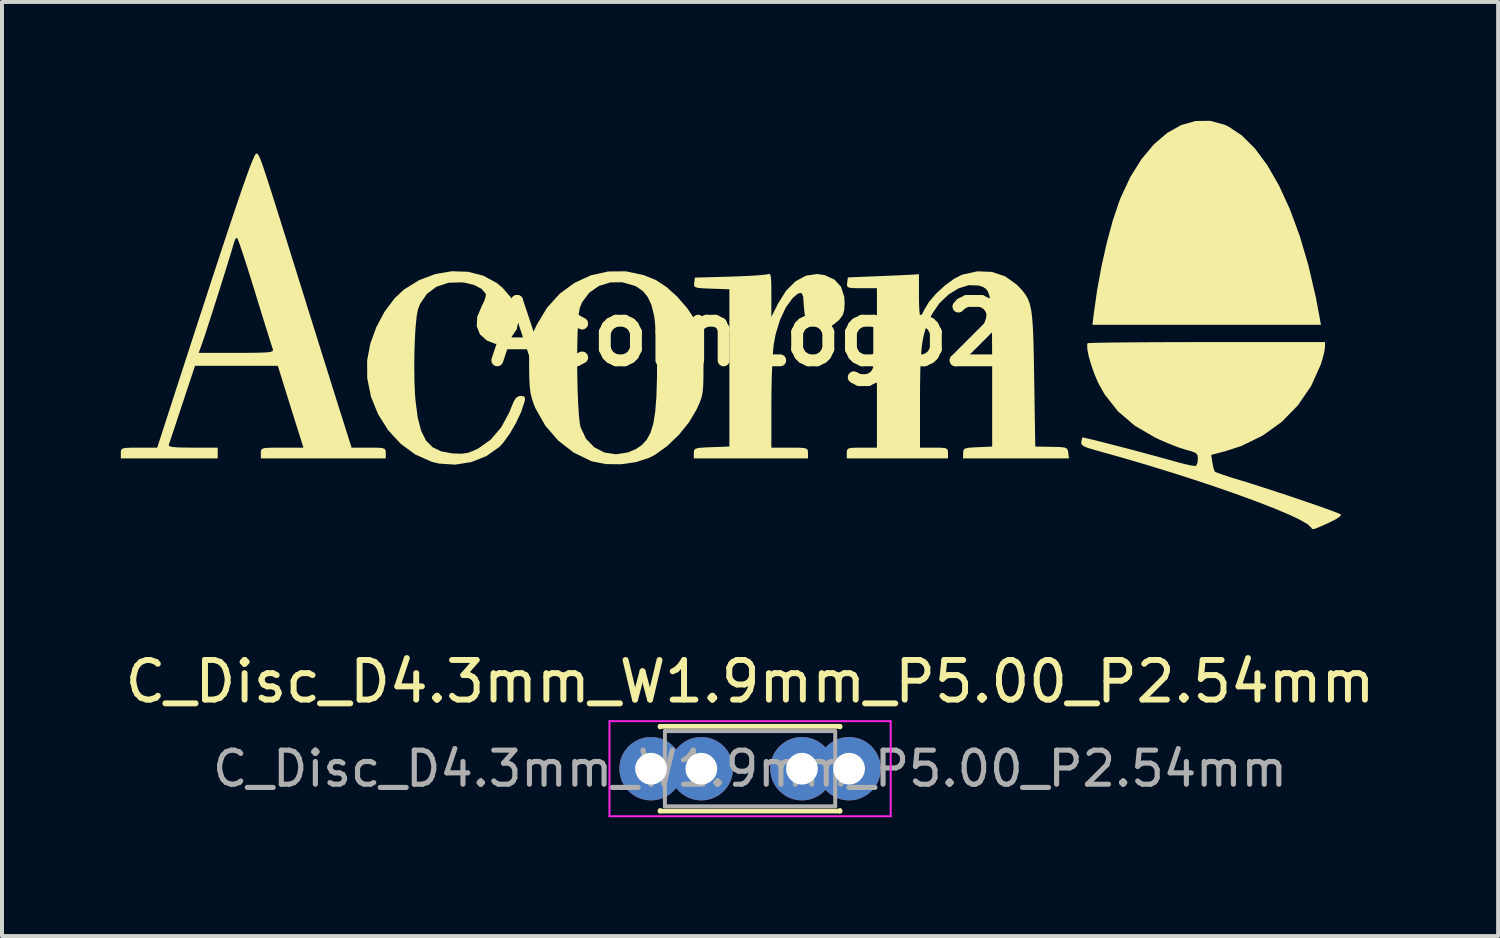
<source format=kicad_pcb>
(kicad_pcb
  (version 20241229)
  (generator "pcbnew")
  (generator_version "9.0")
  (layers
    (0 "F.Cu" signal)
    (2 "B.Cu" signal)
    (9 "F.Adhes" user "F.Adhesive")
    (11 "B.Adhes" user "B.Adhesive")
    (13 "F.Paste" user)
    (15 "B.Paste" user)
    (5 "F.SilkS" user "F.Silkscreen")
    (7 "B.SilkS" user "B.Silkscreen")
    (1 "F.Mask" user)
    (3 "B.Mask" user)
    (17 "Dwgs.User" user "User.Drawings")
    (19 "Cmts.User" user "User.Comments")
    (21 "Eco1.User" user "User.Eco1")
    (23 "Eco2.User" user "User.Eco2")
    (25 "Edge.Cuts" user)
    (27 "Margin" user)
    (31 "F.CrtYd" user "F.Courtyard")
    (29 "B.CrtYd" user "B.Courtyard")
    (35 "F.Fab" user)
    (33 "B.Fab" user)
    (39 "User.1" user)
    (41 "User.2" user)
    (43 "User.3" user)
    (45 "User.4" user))
  (footprint "AcornLogo2"
    (layer "F.Cu")
    (at 15.827 5.369)
    (property "Reference" "AcornLogo2" (at 0 0 0) (layer "F.SilkS") (effects (font (size 1.5 1.5) (thickness 0.3))))
    (attr board_only exclude_from_pos_files exclude_from_bom)
    (fp_poly (pts (xy 12.038 -5.271) (xy 12.132 -5.228) (xy 12.477 -4.999) (xy 12.808 -4.669) (xy 13.123 -4.243) (xy 13.419 -3.728) (xy 13.692 -3.131) (xy 13.94 -2.457) (xy 14.159 -1.713) (xy 14.346 -0.906) (xy 14.437 -0.422) (xy 14.473 -0.218) (xy 11.589 -0.218) (xy 8.704 -0.218) (xy 8.735 -0.476) (xy 8.822 -1.089) (xy 8.935 -1.706) (xy 9.069 -2.301) (xy 9.217 -2.846) (xy 9.374 -3.316) (xy 9.413 -3.417) (xy 9.66 -3.948) (xy 9.943 -4.402) (xy 10.256 -4.775) (xy 10.592 -5.063) (xy 10.944 -5.261) (xy 11.307 -5.364) (xy 11.674 -5.369)) (stroke (width 0) (type solid)) (fill yes) (layer "F.SilkS"))
    (fp_poly (pts (xy 0.574 -1.477) (xy 0.589 -1.394) (xy 0.597 -1.24) (xy 0.598 -0.996) (xy 0.598 -0.976) (xy 0.598 -0.418) (xy 0.764 -0.749) (xy 0.97 -1.08) (xy 1.209 -1.318) (xy 1.474 -1.46) (xy 1.757 -1.501) (xy 1.943 -1.473) (xy 2.191 -1.36) (xy 2.356 -1.179) (xy 2.438 -0.928) (xy 2.448 -0.78) (xy 2.439 -0.592) (xy 2.402 -0.466) (xy 2.322 -0.357) (xy 2.289 -0.322) (xy 2.154 -0.214) (xy 2.008 -0.169) (xy 1.885 -0.163) (xy 1.666 -0.197) (xy 1.519 -0.305) (xy 1.437 -0.493) (xy 1.414 -0.742) (xy 1.401 -0.934) (xy 1.358 -1.023) (xy 1.277 -1.013) (xy 1.152 -0.908) (xy 1.128 -0.884) (xy 0.96 -0.65) (xy 0.815 -0.338) (xy 0.705 0.024) (xy 0.656 0.289) (xy 0.638 0.481) (xy 0.622 0.756) (xy 0.609 1.087) (xy 0.601 1.448) (xy 0.598 1.799) (xy 0.598 2.883) (xy 1.061 2.883) (xy 1.284 2.884) (xy 1.421 2.892) (xy 1.492 2.913) (xy 1.519 2.953) (xy 1.523 3.019) (xy 1.523 3.155) (xy 0.082 3.155) (xy -1.36 3.155) (xy -1.36 3.021) (xy -1.354 2.955) (xy -1.324 2.914) (xy -1.247 2.891) (xy -1.101 2.879) (xy -0.911 2.871) (xy -0.462 2.855) (xy -0.462 0.87) (xy -0.462 -1.115) (xy -0.914 -1.131) (xy -1.135 -1.14) (xy -1.268 -1.153) (xy -1.334 -1.177) (xy -1.354 -1.219) (xy -1.35 -1.279) (xy -1.333 -1.41) (xy -0.462 -1.434) (xy -0.159 -1.445) (xy 0.11 -1.458) (xy 0.325 -1.473) (xy 0.465 -1.488) (xy 0.503 -1.496) (xy 0.546 -1.505)) (stroke (width 0) (type solid)) (fill yes) (layer "F.SilkS"))
    (fp_poly (pts (xy -7.059 -1.557) (xy -6.676 -1.459) (xy -6.335 -1.275) (xy -6.197 -1.161) (xy -5.966 -0.895) (xy -5.826 -0.622) (xy -5.78 -0.355) (xy -5.831 -0.105) (xy -5.98 0.114) (xy -5.983 0.117) (xy -6.169 0.244) (xy -6.371 0.263) (xy -6.582 0.181) (xy -6.759 0.023) (xy -6.841 -0.182) (xy -6.828 -0.422) (xy -6.717 -0.685) (xy -6.644 -0.836) (xy -6.61 -0.959) (xy -6.613 -0.999) (xy -6.715 -1.124) (xy -6.902 -1.222) (xy -7.154 -1.283) (xy -7.211 -1.29) (xy -7.555 -1.28) (xy -7.856 -1.18) (xy -8.099 -0.999) (xy -8.272 -0.745) (xy -8.324 -0.61) (xy -8.356 -0.441) (xy -8.383 -0.186) (xy -8.402 0.13) (xy -8.414 0.484) (xy -8.418 0.852) (xy -8.413 1.211) (xy -8.399 1.538) (xy -8.386 1.703) (xy -8.329 2.13) (xy -8.243 2.46) (xy -8.121 2.704) (xy -7.955 2.873) (xy -7.739 2.977) (xy -7.464 3.027) (xy -7.444 3.029) (xy -7.231 3.037) (xy -7.069 3.015) (xy -6.904 2.953) (xy -6.799 2.901) (xy -6.489 2.682) (xy -6.225 2.374) (xy -6.016 1.987) (xy -5.979 1.892) (xy -5.905 1.714) (xy -5.842 1.618) (xy -5.772 1.581) (xy -5.73 1.577) (xy -5.64 1.591) (xy -5.621 1.655) (xy -5.635 1.727) (xy -5.717 1.976) (xy -5.848 2.257) (xy -6.007 2.531) (xy -6.173 2.761) (xy -6.271 2.866) (xy -6.598 3.097) (xy -6.978 3.248) (xy -7.386 3.312) (xy -7.796 3.285) (xy -7.98 3.239) (xy -8.394 3.055) (xy -8.764 2.783) (xy -9.08 2.439) (xy -9.332 2.038) (xy -9.511 1.598) (xy -9.605 1.132) (xy -9.608 0.68) (xy -9.529 0.262) (xy -9.377 -0.158) (xy -9.167 -0.551) (xy -8.914 -0.888) (xy -8.678 -1.109) (xy -8.294 -1.347) (xy -7.885 -1.501) (xy -7.467 -1.571)) (stroke (width 0) (type solid)) (fill yes) (layer "F.SilkS"))
    (fp_poly (pts (xy -2.623 -1.473) (xy -2.314 -1.346) (xy -2.053 -1.175) (xy -1.783 -0.933) (xy -1.535 -0.65) (xy -1.336 -0.356) (xy -1.299 -0.287) (xy -1.225 -0.138) (xy -1.174 -0.016) (xy -1.142 0.104) (xy -1.125 0.248) (xy -1.117 0.442) (xy -1.115 0.712) (xy -1.115 0.813) (xy -1.117 1.113) (xy -1.123 1.33) (xy -1.138 1.49) (xy -1.166 1.621) (xy -1.212 1.747) (xy -1.279 1.896) (xy -1.29 1.92) (xy -1.482 2.245) (xy -1.74 2.563) (xy -2.036 2.846) (xy -2.343 3.065) (xy -2.476 3.135) (xy -2.817 3.248) (xy -3.2 3.303) (xy -3.582 3.298) (xy -3.923 3.231) (xy -3.957 3.219) (xy -4.394 3.007) (xy -4.783 2.705) (xy -5.108 2.33) (xy -5.355 1.896) (xy -5.392 1.808) (xy -5.448 1.649) (xy -5.485 1.49) (xy -5.506 1.302) (xy -5.516 1.054) (xy -5.518 0.843) (xy -5.518 0.729) (xy -4.305 0.729) (xy -4.301 1.107) (xy -4.292 1.472) (xy -4.278 1.804) (xy -4.259 2.082) (xy -4.236 2.287) (xy -4.218 2.368) (xy -4.082 2.657) (xy -3.877 2.871) (xy -3.62 3.005) (xy -3.329 3.051) (xy -3.022 3.003) (xy -2.827 2.921) (xy -2.673 2.819) (xy -2.549 2.684) (xy -2.453 2.506) (xy -2.382 2.273) (xy -2.334 1.973) (xy -2.304 1.594) (xy -2.29 1.125) (xy -2.288 0.843) (xy -2.295 0.32) (xy -2.319 -0.107) (xy -2.362 -0.447) (xy -2.428 -0.714) (xy -2.521 -0.916) (xy -2.642 -1.066) (xy -2.795 -1.174) (xy -2.85 -1.202) (xy -3.162 -1.292) (xy -3.469 -1.289) (xy -3.754 -1.2) (xy -3.995 -1.033) (xy -4.175 -0.797) (xy -4.238 -0.646) (xy -4.263 -0.507) (xy -4.282 -0.28) (xy -4.295 0.015) (xy -4.303 0.359) (xy -4.305 0.729) (xy -5.518 0.729) (xy -5.518 0.564) (xy -5.511 0.363) (xy -5.492 0.211) (xy -5.456 0.078) (xy -5.396 -0.067) (xy -5.325 -0.219) (xy -5.066 -0.65) (xy -4.745 -1.004) (xy -4.372 -1.278) (xy -3.962 -1.467) (xy -3.525 -1.565) (xy -3.075 -1.569)) (stroke (width 0) (type solid)) (fill yes) (layer "F.SilkS"))
    (fp_poly (pts (xy 14.576 0.345) (xy 14.559 0.465) (xy 14.514 0.642) (xy 14.469 0.785) (xy 14.227 1.326) (xy 13.896 1.81) (xy 13.487 2.23) (xy 13.007 2.576) (xy 12.466 2.841) (xy 12.066 2.971) (xy 11.704 3.066) (xy 11.733 3.26) (xy 11.761 3.398) (xy 11.792 3.483) (xy 11.796 3.489) (xy 11.859 3.518) (xy 12.004 3.569) (xy 12.207 3.636) (xy 12.401 3.695) (xy 12.694 3.785) (xy 13.022 3.89) (xy 13.369 4.003) (xy 13.719 4.119) (xy 14.056 4.233) (xy 14.363 4.339) (xy 14.626 4.432) (xy 14.826 4.506) (xy 14.949 4.556) (xy 14.98 4.573) (xy 14.96 4.616) (xy 14.855 4.688) (xy 14.681 4.776) (xy 14.662 4.784) (xy 14.465 4.873) (xy 14.345 4.923) (xy 14.28 4.941) (xy 14.248 4.932) (xy 14.227 4.901) (xy 14.222 4.894) (xy 14.128 4.811) (xy 13.939 4.702) (xy 13.663 4.572) (xy 13.31 4.423) (xy 12.888 4.258) (xy 12.409 4.082) (xy 11.88 3.897) (xy 11.311 3.706) (xy 10.711 3.514) (xy 10.089 3.323) (xy 9.455 3.136) (xy 8.818 2.957) (xy 8.784 2.948) (xy 8.584 2.889) (xy 8.47 2.839) (xy 8.424 2.789) (xy 8.422 2.741) (xy 8.443 2.65) (xy 8.452 2.626) (xy 8.506 2.635) (xy 8.648 2.667) (xy 8.859 2.72) (xy 9.124 2.787) (xy 9.423 2.864) (xy 9.74 2.947) (xy 10.058 3.032) (xy 10.358 3.113) (xy 10.624 3.186) (xy 10.815 3.24) (xy 11.025 3.296) (xy 11.196 3.333) (xy 11.301 3.345) (xy 11.319 3.342) (xy 11.355 3.27) (xy 11.367 3.162) (xy 11.357 3.072) (xy 11.307 3.015) (xy 11.193 2.971) (xy 11.082 2.942) (xy 10.907 2.888) (xy 10.673 2.798) (xy 10.417 2.689) (xy 10.28 2.625) (xy 9.773 2.329) (xy 9.349 1.966) (xy 9.012 1.539) (xy 8.847 1.242) (xy 8.752 1.021) (xy 8.671 0.788) (xy 8.609 0.569) (xy 8.574 0.388) (xy 8.572 0.271) (xy 8.583 0.246) (xy 8.641 0.241) (xy 8.798 0.236) (xy 9.044 0.231) (xy 9.369 0.227) (xy 9.763 0.224) (xy 10.216 0.221) (xy 10.717 0.219) (xy 11.258 0.218) (xy 11.594 0.218) (xy 14.576 0.218)) (stroke (width 0) (type solid)) (fill yes) (layer "F.SilkS"))
    (fp_poly (pts (xy 6.164 -1.554) (xy 6.5 -1.442) (xy 6.791 -1.235) (xy 6.837 -1.19) (xy 6.933 -1.085) (xy 7.011 -0.985) (xy 7.073 -0.879) (xy 7.121 -0.754) (xy 7.157 -0.596) (xy 7.183 -0.393) (xy 7.202 -0.133) (xy 7.215 0.197) (xy 7.225 0.61) (xy 7.233 1.119) (xy 7.234 1.142) (xy 7.261 2.855) (xy 7.669 2.862) (xy 7.877 2.867) (xy 8 2.88) (xy 8.062 2.908) (xy 8.087 2.962) (xy 8.094 3.011) (xy 8.111 3.155) (xy 6.775 3.155) (xy 5.439 3.155) (xy 5.439 3.021) (xy 5.446 2.95) (xy 5.483 2.908) (xy 5.574 2.886) (xy 5.743 2.874) (xy 5.806 2.872) (xy 6.173 2.855) (xy 6.173 1.006) (xy 6.172 0.469) (xy 6.169 0.03) (xy 6.163 -0.321) (xy 6.151 -0.594) (xy 6.132 -0.801) (xy 6.104 -0.951) (xy 6.067 -1.056) (xy 6.017 -1.124) (xy 5.954 -1.168) (xy 5.876 -1.197) (xy 5.829 -1.21) (xy 5.585 -1.219) (xy 5.325 -1.139) (xy 5.07 -0.982) (xy 4.839 -0.76) (xy 4.664 -0.505) (xy 4.569 -0.318) (xy 4.496 -0.134) (xy 4.44 0.064) (xy 4.4 0.293) (xy 4.374 0.569) (xy 4.359 0.909) (xy 4.352 1.331) (xy 4.351 1.643) (xy 4.351 2.883) (xy 4.705 2.883) (xy 4.895 2.885) (xy 5.001 2.898) (xy 5.047 2.932) (xy 5.058 2.996) (xy 5.058 3.019) (xy 5.058 3.155) (xy 3.78 3.155) (xy 2.502 3.155) (xy 2.502 3.019) (xy 2.508 2.948) (xy 2.54 2.907) (xy 2.623 2.888) (xy 2.781 2.883) (xy 2.883 2.883) (xy 3.263 2.883) (xy 3.263 0.87) (xy 3.263 -1.142) (xy 2.879 -1.142) (xy 2.679 -1.144) (xy 2.566 -1.155) (xy 2.516 -1.183) (xy 2.507 -1.236) (xy 2.512 -1.278) (xy 2.529 -1.415) (xy 3.291 -1.446) (xy 3.579 -1.458) (xy 3.838 -1.469) (xy 4.043 -1.479) (xy 4.171 -1.485) (xy 4.188 -1.486) (xy 4.324 -1.496) (xy 4.324 -0.965) (xy 4.327 -0.74) (xy 4.336 -0.562) (xy 4.349 -0.456) (xy 4.358 -0.435) (xy 4.4 -0.48) (xy 4.456 -0.59) (xy 4.464 -0.608) (xy 4.579 -0.799) (xy 4.762 -1.011) (xy 4.983 -1.214) (xy 5.211 -1.381) (xy 5.412 -1.483) (xy 5.798 -1.569)) (stroke (width 0) (type solid)) (fill yes) (layer "F.SilkS"))
    (fp_poly (pts (xy -12.39 -4.54) (xy -12.373 -4.532) (xy -12.355 -4.51) (xy -12.332 -4.467) (xy -12.301 -4.395) (xy -12.261 -4.287) (xy -12.209 -4.136) (xy -12.142 -3.935) (xy -12.059 -3.677) (xy -11.956 -3.354) (xy -11.832 -2.959) (xy -11.683 -2.485) (xy -11.508 -1.925) (xy -11.304 -1.272) (xy -11.204 -0.952) (xy -11.048 -0.45) (xy -10.89 0.054) (xy -10.737 0.544) (xy -10.593 1.002) (xy -10.465 1.411) (xy -10.358 1.752) (xy -10.277 2.009) (xy -10.271 2.026) (xy -10 2.883) (xy -9.569 2.883) (xy -9.354 2.884) (xy -9.226 2.893) (xy -9.162 2.917) (xy -9.14 2.963) (xy -9.137 3.019) (xy -9.137 3.155) (xy -10.715 3.155) (xy -12.292 3.155) (xy -12.292 3.019) (xy -12.289 2.957) (xy -12.265 2.917) (xy -12.202 2.895) (xy -12.078 2.885) (xy -11.875 2.883) (xy -11.754 2.883) (xy -11.216 2.883) (xy -11.34 2.488) (xy -11.409 2.271) (xy -11.497 1.99) (xy -11.592 1.685) (xy -11.664 1.455) (xy -11.863 0.816) (xy -12.908 0.816) (xy -13.953 0.816) (xy -14.273 1.781) (xy -14.375 2.09) (xy -14.466 2.365) (xy -14.541 2.59) (xy -14.593 2.745) (xy -14.617 2.815) (xy -14.602 2.845) (xy -14.522 2.866) (xy -14.364 2.878) (xy -14.115 2.882) (xy -14.011 2.883) (xy -13.38 2.883) (xy -13.38 3.019) (xy -13.38 3.155) (xy -14.604 3.155) (xy -15.827 3.155) (xy -15.827 3.019) (xy -15.823 2.953) (xy -15.796 2.912) (xy -15.724 2.892) (xy -15.586 2.884) (xy -15.368 2.883) (xy -14.908 2.883) (xy -14.357 1.183) (xy -14.132 0.49) (xy -13.861 0.49) (xy -12.907 0.49) (xy -12.564 0.489) (xy -12.315 0.485) (xy -12.146 0.478) (xy -12.044 0.465) (xy -11.995 0.446) (xy -11.984 0.418) (xy -11.988 0.4) (xy -12.013 0.326) (xy -12.065 0.162) (xy -12.139 -0.076) (xy -12.232 -0.373) (xy -12.337 -0.714) (xy -12.433 -1.027) (xy -12.546 -1.391) (xy -12.65 -1.721) (xy -12.742 -2.003) (xy -12.815 -2.221) (xy -12.866 -2.362) (xy -12.888 -2.411) (xy -12.928 -2.398) (xy -12.966 -2.305) (xy -12.967 -2.302) (xy -12.996 -2.2) (xy -13.051 -2.015) (xy -13.129 -1.763) (xy -13.221 -1.466) (xy -13.323 -1.141) (xy -13.429 -0.808) (xy -13.531 -0.486) (xy -13.626 -0.194) (xy -13.705 0.049) (xy -13.764 0.223) (xy -13.786 0.286) (xy -13.861 0.49) (xy -14.132 0.49) (xy -14.055 0.252) (xy -13.784 -0.58) (xy -13.543 -1.318) (xy -13.33 -1.967) (xy -13.144 -2.53) (xy -12.983 -3.012) (xy -12.845 -3.419) (xy -12.729 -3.755) (xy -12.633 -4.025) (xy -12.556 -4.233) (xy -12.495 -4.383) (xy -12.451 -4.482) (xy -12.42 -4.532) (xy -12.406 -4.542)) (stroke (width 0) (type solid)) (fill yes) (layer "F.SilkS")))
  (footprint "C_Disc_D4.3mm_W1.9mm_P5.00_P2.54mm"
    (layer "F.Cu")
    (at 13.387 16.358)
    (property "Reference" "C_Disc_D4.3mm_W1.9mm_P5.00_P2.54mm" (at 2.5 -2.2 0) (layer "F.SilkS") (effects (font (size 1 1) (thickness 0.15))))
    (attr through_hole)
    (fp_line (start 0.23 -1.07) (end 0.23 -1.055) (stroke (width 0.12) (type solid)) (layer "F.SilkS"))
    (fp_line (start 0.23 -1.07) (end 4.77 -1.07) (stroke (width 0.12) (type solid)) (layer "F.SilkS"))
    (fp_line (start 0.23 1.055) (end 0.23 1.07) (stroke (width 0.12) (type solid)) (layer "F.SilkS"))
    (fp_line (start 0.23 1.07) (end 4.77 1.07) (stroke (width 0.12) (type solid)) (layer "F.SilkS"))
    (fp_line (start 4.77 -1.07) (end 4.77 -1.055) (stroke (width 0.12) (type solid)) (layer "F.SilkS"))
    (fp_line (start 4.77 1.055) (end 4.77 1.07) (stroke (width 0.12) (type solid)) (layer "F.SilkS"))
    (fp_line (start -1.05 -1.2) (end -1.05 1.2) (stroke (width 0.05) (type solid)) (layer "F.CrtYd"))
    (fp_line (start -1.05 1.2) (end 6.05 1.2) (stroke (width 0.05) (type solid)) (layer "F.CrtYd"))
    (fp_line (start 6.05 -1.2) (end -1.05 -1.2) (stroke (width 0.05) (type solid)) (layer "F.CrtYd"))
    (fp_line (start 6.05 1.2) (end 6.05 -1.2) (stroke (width 0.05) (type solid)) (layer "F.CrtYd"))
    (fp_line (start 0.35 -0.95) (end 0.35 0.95) (stroke (width 0.1) (type solid)) (layer "F.Fab"))
    (fp_line (start 0.35 0.95) (end 4.65 0.95) (stroke (width 0.1) (type solid)) (layer "F.Fab"))
    (fp_line (start 4.65 -0.95) (end 0.35 -0.95) (stroke (width 0.1) (type solid)) (layer "F.Fab"))
    (fp_line (start 4.65 0.95) (end 4.65 -0.95) (stroke (width 0.1) (type solid)) (layer "F.Fab"))
    (fp_text user "${REFERENCE}" (at 2.5 0 0) (layer "F.Fab") (effects (font (size 0.86 0.86) (thickness 0.129))))
    (pad "1" thru_hole circle (at 0 0) (size 1.6 1.6) (drill 0.8) (layers "*.Cu" "*.Mask"))
    (pad "1" thru_hole circle (at 1.27 0) (size 1.6 1.6) (drill 0.8) (layers "*.Cu" "*.Mask"))
    (pad "2" thru_hole circle (at 3.81 0) (size 1.6 1.6) (drill 0.8) (layers "*.Cu" "*.Mask"))
    (pad "2" thru_hole circle (at 5 0) (size 1.6 1.6) (drill 0.8) (layers "*.Cu" "*.Mask")))
  (gr_rect
    (start -3 -3)
    (end 34.774 20.583)
    (stroke (width 0.1) (type default))
    (fill no)
    (layer "Edge.Cuts")))
</source>
